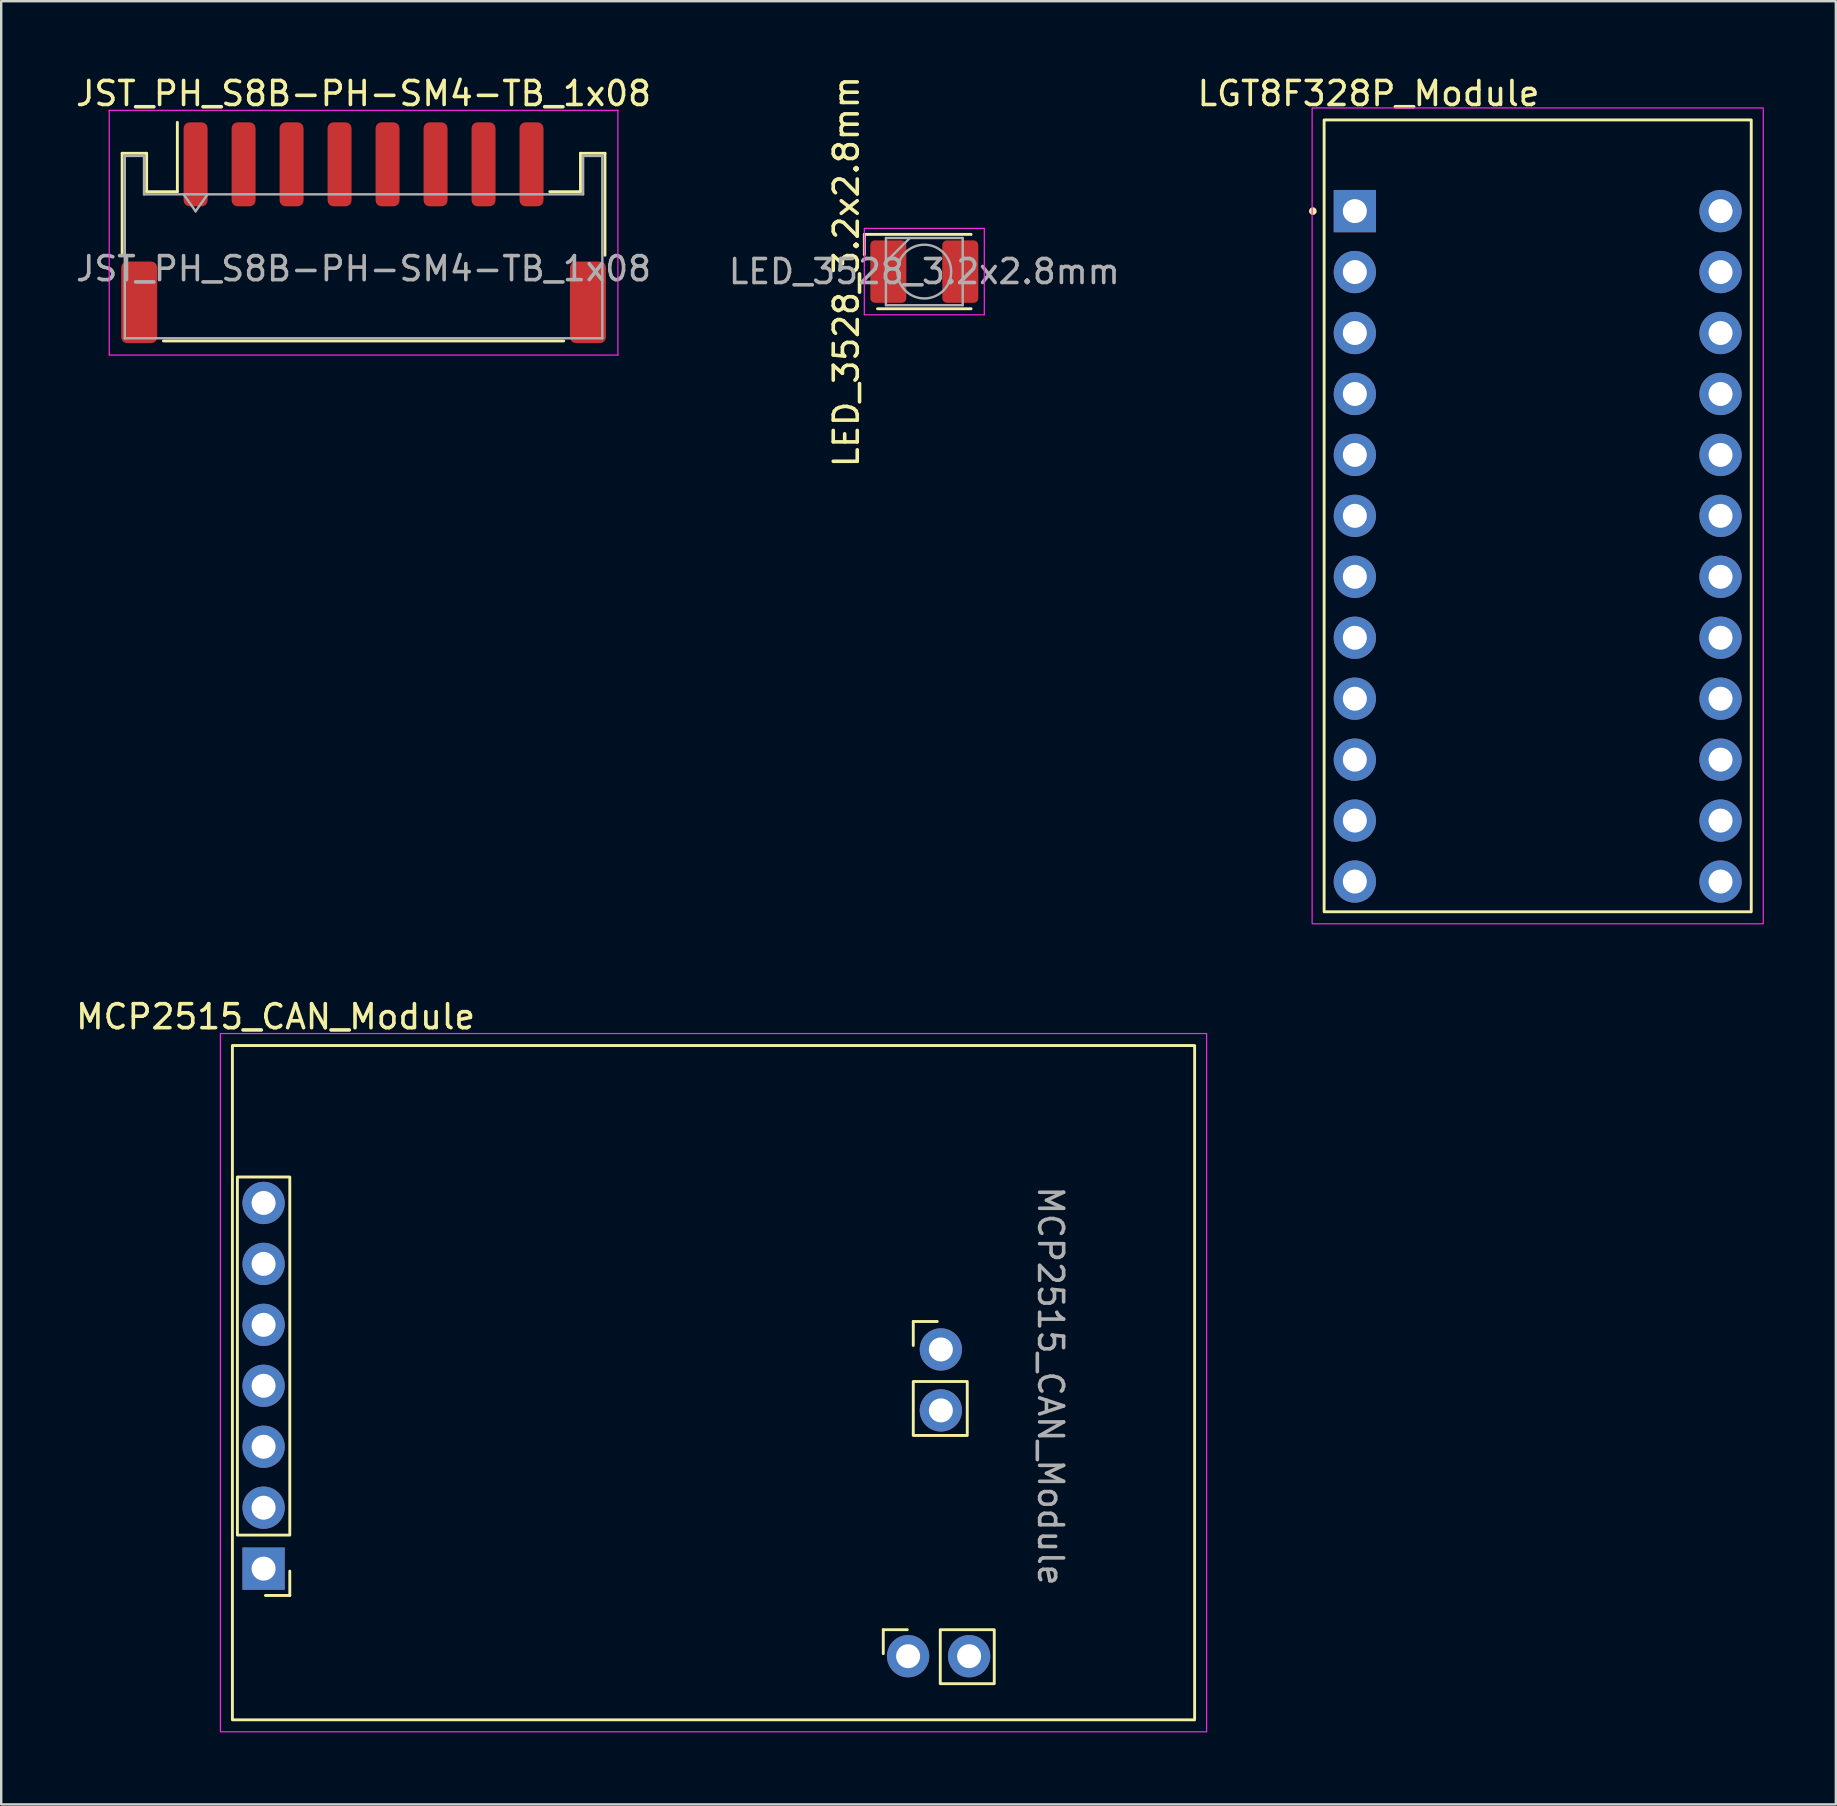
<source format=kicad_pcb>
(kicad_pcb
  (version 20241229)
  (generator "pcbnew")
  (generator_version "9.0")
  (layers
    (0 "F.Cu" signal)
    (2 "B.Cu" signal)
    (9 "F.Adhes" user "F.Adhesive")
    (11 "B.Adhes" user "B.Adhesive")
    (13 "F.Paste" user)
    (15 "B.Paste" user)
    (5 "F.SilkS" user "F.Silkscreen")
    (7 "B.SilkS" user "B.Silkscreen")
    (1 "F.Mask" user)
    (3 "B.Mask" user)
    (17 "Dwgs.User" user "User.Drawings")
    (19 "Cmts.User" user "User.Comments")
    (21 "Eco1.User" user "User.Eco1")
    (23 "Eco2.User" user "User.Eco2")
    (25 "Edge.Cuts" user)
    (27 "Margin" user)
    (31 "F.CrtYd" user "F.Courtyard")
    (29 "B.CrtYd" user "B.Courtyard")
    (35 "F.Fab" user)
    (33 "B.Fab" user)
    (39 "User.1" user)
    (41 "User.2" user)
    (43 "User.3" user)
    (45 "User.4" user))
  (footprint "JST_PH_S8B-PH-SM4-TB_1x08"
    (layer "F.Cu")
    (at 12.101 6.648)
    (property "Reference" "JST_PH_S8B-PH-SM4-TB_1x08" (at 0 -5.8 0) (layer "F.SilkS") (effects (font (size 1 1) (thickness 0.15))))
    (attr smd)
    (fp_line (start -10.06 -3.31) (end -9.04 -3.31) (stroke (width 0.12) (type solid)) (layer "F.SilkS"))
    (fp_line (start -10.06 0.94) (end -10.06 -3.31) (stroke (width 0.12) (type solid)) (layer "F.SilkS"))
    (fp_line (start -9.04 -3.31) (end -9.04 -1.71) (stroke (width 0.12) (type solid)) (layer "F.SilkS"))
    (fp_line (start -9.04 -1.71) (end -7.76 -1.71) (stroke (width 0.12) (type solid)) (layer "F.SilkS"))
    (fp_line (start -8.34 4.51) (end 8.34 4.51) (stroke (width 0.12) (type solid)) (layer "F.SilkS"))
    (fp_line (start -7.76 -1.71) (end -7.76 -4.6) (stroke (width 0.12) (type solid)) (layer "F.SilkS"))
    (fp_line (start 9.04 -3.31) (end 9.04 -1.71) (stroke (width 0.12) (type solid)) (layer "F.SilkS"))
    (fp_line (start 9.04 -1.71) (end 7.76 -1.71) (stroke (width 0.12) (type solid)) (layer "F.SilkS"))
    (fp_line (start 10.06 -3.31) (end 9.04 -3.31) (stroke (width 0.12) (type solid)) (layer "F.SilkS"))
    (fp_line (start 10.06 0.94) (end 10.06 -3.31) (stroke (width 0.12) (type solid)) (layer "F.SilkS"))
    (fp_line (start -10.6 -5.1) (end -10.6 5.1) (stroke (width 0.05) (type solid)) (layer "F.CrtYd"))
    (fp_line (start -10.6 5.1) (end 10.6 5.1) (stroke (width 0.05) (type solid)) (layer "F.CrtYd"))
    (fp_line (start 10.6 -5.1) (end -10.6 -5.1) (stroke (width 0.05) (type solid)) (layer "F.CrtYd"))
    (fp_line (start 10.6 5.1) (end 10.6 -5.1) (stroke (width 0.05) (type solid)) (layer "F.CrtYd"))
    (fp_line (start -9.95 -3.2) (end -9.95 4.4) (stroke (width 0.1) (type solid)) (layer "F.Fab"))
    (fp_line (start -9.95 -3.2) (end -9.15 -3.2) (stroke (width 0.1) (type solid)) (layer "F.Fab"))
    (fp_line (start -9.95 4.4) (end 9.95 4.4) (stroke (width 0.1) (type solid)) (layer "F.Fab"))
    (fp_line (start -9.15 -3.2) (end -9.15 -1.6) (stroke (width 0.1) (type solid)) (layer "F.Fab"))
    (fp_line (start -9.15 -1.6) (end 9.15 -1.6) (stroke (width 0.1) (type solid)) (layer "F.Fab"))
    (fp_line (start -7.5 -1.6) (end -7 -0.893) (stroke (width 0.1) (type solid)) (layer "F.Fab"))
    (fp_line (start -7 -0.893) (end -6.5 -1.6) (stroke (width 0.1) (type solid)) (layer "F.Fab"))
    (fp_line (start 9.15 -3.2) (end 9.95 -3.2) (stroke (width 0.1) (type solid)) (layer "F.Fab"))
    (fp_line (start 9.15 -1.6) (end 9.15 -3.2) (stroke (width 0.1) (type solid)) (layer "F.Fab"))
    (fp_line (start 9.95 -3.2) (end 9.95 4.4) (stroke (width 0.1) (type solid)) (layer "F.Fab"))
    (fp_text user "${REFERENCE}" (at 0 1.5 0) (layer "F.Fab") (effects (font (size 1 1) (thickness 0.15))))
    (pad "1" smd roundrect (at -7 -2.85) (size 1 3.5) (layers "F.Cu" "F.Mask" "F.Paste") (roundrect_rratio 0.25))
    (pad "2" smd roundrect (at -5 -2.85) (size 1 3.5) (layers "F.Cu" "F.Mask" "F.Paste") (roundrect_rratio 0.25))
    (pad "3" smd roundrect (at -3 -2.85) (size 1 3.5) (layers "F.Cu" "F.Mask" "F.Paste") (roundrect_rratio 0.25))
    (pad "4" smd roundrect (at -1 -2.85) (size 1 3.5) (layers "F.Cu" "F.Mask" "F.Paste") (roundrect_rratio 0.25))
    (pad "5" smd roundrect (at 1 -2.85) (size 1 3.5) (layers "F.Cu" "F.Mask" "F.Paste") (roundrect_rratio 0.25))
    (pad "6" smd roundrect (at 3 -2.85) (size 1 3.5) (layers "F.Cu" "F.Mask" "F.Paste") (roundrect_rratio 0.25))
    (pad "7" smd roundrect (at 5 -2.85) (size 1 3.5) (layers "F.Cu" "F.Mask" "F.Paste") (roundrect_rratio 0.25))
    (pad "8" smd roundrect (at 7 -2.85) (size 1 3.5) (layers "F.Cu" "F.Mask" "F.Paste") (roundrect_rratio 0.25))
    (pad "MP" smd roundrect (at -9.35 2.9) (size 1.5 3.4) (layers "F.Cu" "F.Mask" "F.Paste") (roundrect_rratio 0.167))
    (pad "MP" smd roundrect (at 9.35 2.9) (size 1.5 3.4) (layers "F.Cu" "F.Mask" "F.Paste") (roundrect_rratio 0.167)))
  (footprint "MCP2515_CAN_Module"
    (layer "F.Cu")
    (at 7.935 62.322)
    (property "Reference" "MCP2515_CAN_Module" (at 0.5 -23 0) (unlocked yes) (layer "F.SilkS") (effects (font (size 1 1) (thickness 0.15))))
    (attr through_hole)
    (fp_line (start 1.092 1.118) (end 0.076 1.118) (stroke (width 0.12) (type solid)) (layer "F.SilkS"))
    (fp_line (start 1.092 1.118) (end 1.092 0.102) (stroke (width 0.12) (type solid)) (layer "F.SilkS"))
    (fp_line (start 25.825 2.544) (end 25.825 3.544) (stroke (width 0.12) (type solid)) (layer "F.SilkS"))
    (fp_line (start 25.825 2.544) (end 26.825 2.544) (stroke (width 0.12) (type solid)) (layer "F.SilkS"))
    (fp_line (start 27.075 -10.3) (end 27.075 -9.3) (stroke (width 0.12) (type solid)) (layer "F.SilkS"))
    (fp_line (start 27.075 -10.3) (end 28.075 -10.3) (stroke (width 0.12) (type solid)) (layer "F.SilkS"))
    (fp_rect (start -1.092 -16.321) (end 1.092 -1.397) (stroke (width 0.12) (type solid)) (fill no) (layer "F.SilkS"))
    (fp_rect (start 27.075 -7.8) (end 29.325 -5.55) (stroke (width 0.12) (type solid)) (fill no) (layer "F.SilkS"))
    (fp_rect (start 28.2 2.544) (end 30.45 4.794) (stroke (width 0.12) (type solid)) (fill no) (layer "F.SilkS"))
    (fp_rect (start 38.8 6.3) (end -1.3 -21.8) (stroke (width 0.12) (type solid)) (fill no) (layer "F.SilkS"))
    (fp_rect (start -1.8 -22.3) (end 39.3 6.8) (stroke (width 0.05) (type solid)) (fill no) (layer "F.CrtYd"))
    (fp_text user "${REFERENCE}" (at 32.795 -7.615 270) (unlocked yes) (layer "F.Fab") (effects (font (size 1 1) (thickness 0.15))))
    (pad "1" thru_hole rect (at 0 0) (size 1.762 1.762) (drill 1) (layers "*.Cu" "*.Mask"))
    (pad "2" thru_hole circle (at 0 -2.54) (size 1.762 1.762) (drill 1) (layers "*.Cu" "*.Mask"))
    (pad "3" thru_hole circle (at 0 -5.08) (size 1.762 1.762) (drill 1) (layers "*.Cu" "*.Mask"))
    (pad "4" thru_hole circle (at 0 -7.62) (size 1.762 1.762) (drill 1) (layers "*.Cu" "*.Mask"))
    (pad "5" thru_hole circle (at 0 -10.16) (size 1.762 1.762) (drill 1) (layers "*.Cu" "*.Mask"))
    (pad "6" thru_hole circle (at 0 -12.7) (size 1.762 1.762) (drill 1) (layers "*.Cu" "*.Mask"))
    (pad "7" thru_hole circle (at 0 -15.24) (size 1.762 1.762) (drill 1) (layers "*.Cu" "*.Mask"))
    (pad "8" thru_hole circle (at 28.225 -9.135) (size 1.762 1.762) (drill 1) (layers "*.Cu" "*.Mask"))
    (pad "9" thru_hole circle (at 28.225 -6.595) (size 1.762 1.762) (drill 1) (layers "*.Cu" "*.Mask"))
    (pad "10" thru_hole circle (at 26.86 3.649) (size 1.762 1.762) (drill 1) (layers "*.Cu" "*.Mask"))
    (pad "11" thru_hole circle (at 29.402 3.649) (size 1.762 1.762) (drill 1) (layers "*.Cu" "*.Mask")))
  (footprint "LED_3528_3.2x2.8mm"
    (layer "F.Cu")
    (at 35.47 8.268)
    (property "Reference" "LED_3528_3.2x2.8mm" (at -3.25 0 90) (layer "F.SilkS") (effects (font (size 1 1) (thickness 0.15))))
    (attr smd)
    (fp_line (start -2.5 -1.55) (end 1.95 -1.55) (stroke (width 0.12) (type solid)) (layer "F.SilkS"))
    (fp_line (start -2.5 -0.7) (end -2.5 -1.55) (stroke (width 0.12) (type solid)) (layer "F.SilkS"))
    (fp_line (start 1.95 1.55) (end -1.95 1.55) (stroke (width 0.12) (type solid)) (layer "F.SilkS"))
    (fp_line (start -2.5 -1.8) (end -2.5 1.8) (stroke (width 0.05) (type solid)) (layer "F.CrtYd"))
    (fp_line (start -2.5 -1.8) (end 2.5 -1.8) (stroke (width 0.05) (type solid)) (layer "F.CrtYd"))
    (fp_line (start 2.5 1.8) (end -2.5 1.8) (stroke (width 0.05) (type solid)) (layer "F.CrtYd"))
    (fp_line (start 2.5 1.8) (end 2.5 -1.8) (stroke (width 0.05) (type solid)) (layer "F.CrtYd"))
    (fp_line (start -1.6 -1.4) (end -1.6 1.4) (stroke (width 0.1) (type solid)) (layer "F.Fab"))
    (fp_line (start -1.6 1.4) (end 1.6 1.4) (stroke (width 0.1) (type solid)) (layer "F.Fab"))
    (fp_line (start -0.6 -1.4) (end -1.6 -0.4) (stroke (width 0.1) (type solid)) (layer "F.Fab"))
    (fp_line (start 1.6 -1.4) (end -1.6 -1.4) (stroke (width 0.1) (type solid)) (layer "F.Fab"))
    (fp_line (start 1.6 1.4) (end 1.6 -1.4) (stroke (width 0.1) (type solid)) (layer "F.Fab"))
    (fp_circle (center 0 0) (end 1.12 0) (stroke (width 0.1) (type solid)) (fill no) (layer "F.Fab"))
    (fp_text user "${REFERENCE}" (at 0 0 0) (unlocked yes) (layer "F.Fab") (effects (font (size 1 1) (thickness 0.15))))
    (pad "1" smd roundrect (at -1.5 0) (size 1.5 2.6) (layers "F.Cu" "F.Mask" "F.Paste") (roundrect_rratio 0.125))
    (pad "2" smd roundrect (at 1.5 0) (size 1.5 2.6) (layers "F.Cu" "F.Mask" "F.Paste") (roundrect_rratio 0.125)))
  (footprint "LGT8F328P_Module"
    (layer "F.Cu")
    (at 53.412 5.748)
    (property "Reference" "LGT8F328P_Module" (at 0.57 -4.9 0) (layer "F.SilkS") (effects (font (size 1 1) (thickness 0.15))))
    (attr through_hole)
    (fp_rect (start -1.28 -3.8) (end 16.52 29.2) (stroke (width 0.12) (type default)) (fill no) (layer "F.SilkS"))
    (fp_circle (center -1.75 0) (end -1.65 0) (stroke (width 0.12) (type solid)) (fill yes) (layer "F.SilkS"))
    (fp_rect (start -1.78 -4.3) (end 17.02 29.7) (stroke (width 0.05) (type default)) (fill no) (layer "F.CrtYd"))
    (pad "1" thru_hole rect (at 0 0) (size 1.762 1.762) (drill 1) (layers "*.Cu" "*.Mask"))
    (pad "2" thru_hole circle (at 0 2.54) (size 1.762 1.762) (drill 1) (layers "*.Cu" "*.Mask"))
    (pad "3" thru_hole circle (at 0 5.08) (size 1.762 1.762) (drill 1) (layers "*.Cu" "*.Mask"))
    (pad "4" thru_hole circle (at 0 7.62) (size 1.762 1.762) (drill 1) (layers "*.Cu" "*.Mask"))
    (pad "5" thru_hole circle (at 0 10.16) (size 1.762 1.762) (drill 1) (layers "*.Cu" "*.Mask"))
    (pad "6" thru_hole circle (at 0 12.7) (size 1.762 1.762) (drill 1) (layers "*.Cu" "*.Mask"))
    (pad "7" thru_hole circle (at 0 15.24) (size 1.762 1.762) (drill 1) (layers "*.Cu" "*.Mask"))
    (pad "8" thru_hole circle (at 0 17.78) (size 1.762 1.762) (drill 1) (layers "*.Cu" "*.Mask"))
    (pad "9" thru_hole circle (at 0 20.32) (size 1.762 1.762) (drill 1) (layers "*.Cu" "*.Mask"))
    (pad "10" thru_hole circle (at 0 22.86) (size 1.762 1.762) (drill 1) (layers "*.Cu" "*.Mask"))
    (pad "11" thru_hole circle (at 0 25.4) (size 1.762 1.762) (drill 1) (layers "*.Cu" "*.Mask"))
    (pad "12" thru_hole circle (at 0 27.94) (size 1.762 1.762) (drill 1) (layers "*.Cu" "*.Mask"))
    (pad "13" thru_hole circle (at 15.24 27.94) (size 1.762 1.762) (drill 1) (layers "*.Cu" "*.Mask"))
    (pad "14" thru_hole circle (at 15.24 25.4) (size 1.762 1.762) (drill 1) (layers "*.Cu" "*.Mask"))
    (pad "15" thru_hole circle (at 15.24 22.86) (size 1.762 1.762) (drill 1) (layers "*.Cu" "*.Mask"))
    (pad "16" thru_hole circle (at 15.24 20.32) (size 1.762 1.762) (drill 1) (layers "*.Cu" "*.Mask"))
    (pad "17" thru_hole circle (at 15.24 17.78) (size 1.762 1.762) (drill 1) (layers "*.Cu" "*.Mask"))
    (pad "18" thru_hole circle (at 15.24 15.24) (size 1.762 1.762) (drill 1) (layers "*.Cu" "*.Mask"))
    (pad "19" thru_hole circle (at 15.24 12.7) (size 1.762 1.762) (drill 1) (layers "*.Cu" "*.Mask"))
    (pad "20" thru_hole circle (at 15.24 10.16) (size 1.762 1.762) (drill 1) (layers "*.Cu" "*.Mask"))
    (pad "21" thru_hole circle (at 15.24 7.62) (size 1.762 1.762) (drill 1) (layers "*.Cu" "*.Mask"))
    (pad "22" thru_hole circle (at 15.24 5.08) (size 1.762 1.762) (drill 1) (layers "*.Cu" "*.Mask"))
    (pad "23" thru_hole circle (at 15.24 2.54) (size 1.762 1.762) (drill 1) (layers "*.Cu" "*.Mask"))
    (pad "24" thru_hole circle (at 15.24 0) (size 1.762 1.762) (drill 1) (layers "*.Cu" "*.Mask")))
  (gr_rect
    (start -3 -3)
    (end 73.457 72.147)
    (stroke (width 0.1) (type default))
    (fill no)
    (layer "Edge.Cuts")))
</source>
